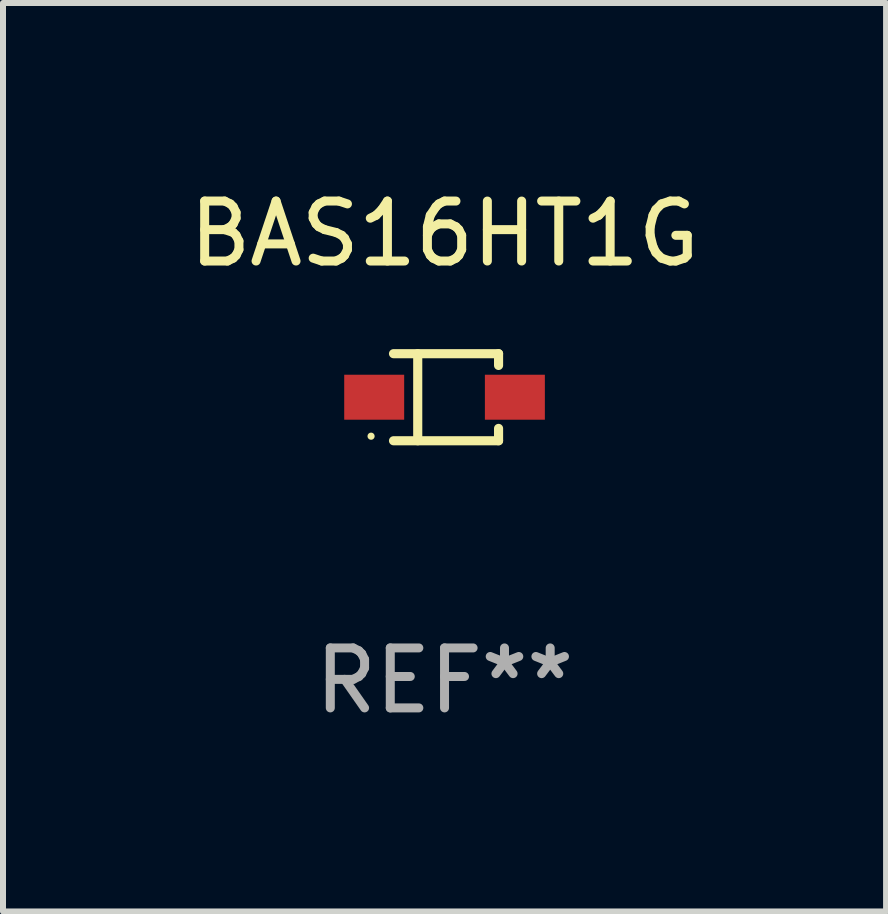
<source format=kicad_pcb>
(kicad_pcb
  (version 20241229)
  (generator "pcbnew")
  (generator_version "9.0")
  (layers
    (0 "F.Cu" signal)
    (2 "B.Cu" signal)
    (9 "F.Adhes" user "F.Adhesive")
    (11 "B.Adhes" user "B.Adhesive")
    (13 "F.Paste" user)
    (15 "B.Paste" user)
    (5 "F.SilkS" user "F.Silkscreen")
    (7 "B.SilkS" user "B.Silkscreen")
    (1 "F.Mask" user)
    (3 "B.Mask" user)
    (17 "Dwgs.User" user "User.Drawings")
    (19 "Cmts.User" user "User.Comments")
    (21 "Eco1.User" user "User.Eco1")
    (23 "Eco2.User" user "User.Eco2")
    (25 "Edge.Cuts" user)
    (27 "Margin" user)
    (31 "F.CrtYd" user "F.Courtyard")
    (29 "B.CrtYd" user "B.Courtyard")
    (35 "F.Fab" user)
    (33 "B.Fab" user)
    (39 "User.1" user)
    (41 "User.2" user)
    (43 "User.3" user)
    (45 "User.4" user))
  (footprint "BAS16HT1G"
    (layer "F.Cu")
    (at 4.363 3.574)
    (property "Reference" "BAS16HT1G" (at 0 -2.726 0) (layer "F.SilkS") (effects (font (size 1 1) (thickness 0.15))))
    (attr through_hole)
    (fp_line (start -0.851 -0.726) (end 0.901 -0.726) (stroke (width 0.152) (type solid)) (layer "F.SilkS"))
    (fp_line (start -0.851 0.726) (end 0.901 0.726) (stroke (width 0.152) (type solid)) (layer "F.SilkS"))
    (fp_line (start -0.447 -0.726) (end -0.447 0.726) (stroke (width 0.152) (type solid)) (layer "F.SilkS"))
    (fp_line (start 0.901 -0.726) (end 0.901 -0.53) (stroke (width 0.152) (type solid)) (layer "F.SilkS"))
    (fp_line (start 0.901 0.726) (end 0.901 0.52) (stroke (width 0.152) (type solid)) (layer "F.SilkS"))
    (fp_circle (center -1.225 0.65) (end -1.195 0.65) (stroke (width 0.06) (type solid)) (fill no) (layer "F.SilkS"))
    (fp_text user "REF**" (at 0 4.726 0) (layer "F.Fab") (effects (font (size 1 1) (thickness 0.15))))
    (pad "1" smd rect (at -1.173 0) (size 1 0.75) (layers "F.Cu" "F.Mask" "F.Paste"))
    (pad "2" smd rect (at 1.173 0) (size 1 0.75) (layers "F.Cu" "F.Mask" "F.Paste")))
  (gr_rect
    (start -3 -3)
    (end 11.726 12.149)
    (stroke (width 0.1) (type default))
    (fill no)
    (layer "Edge.Cuts")))
</source>
